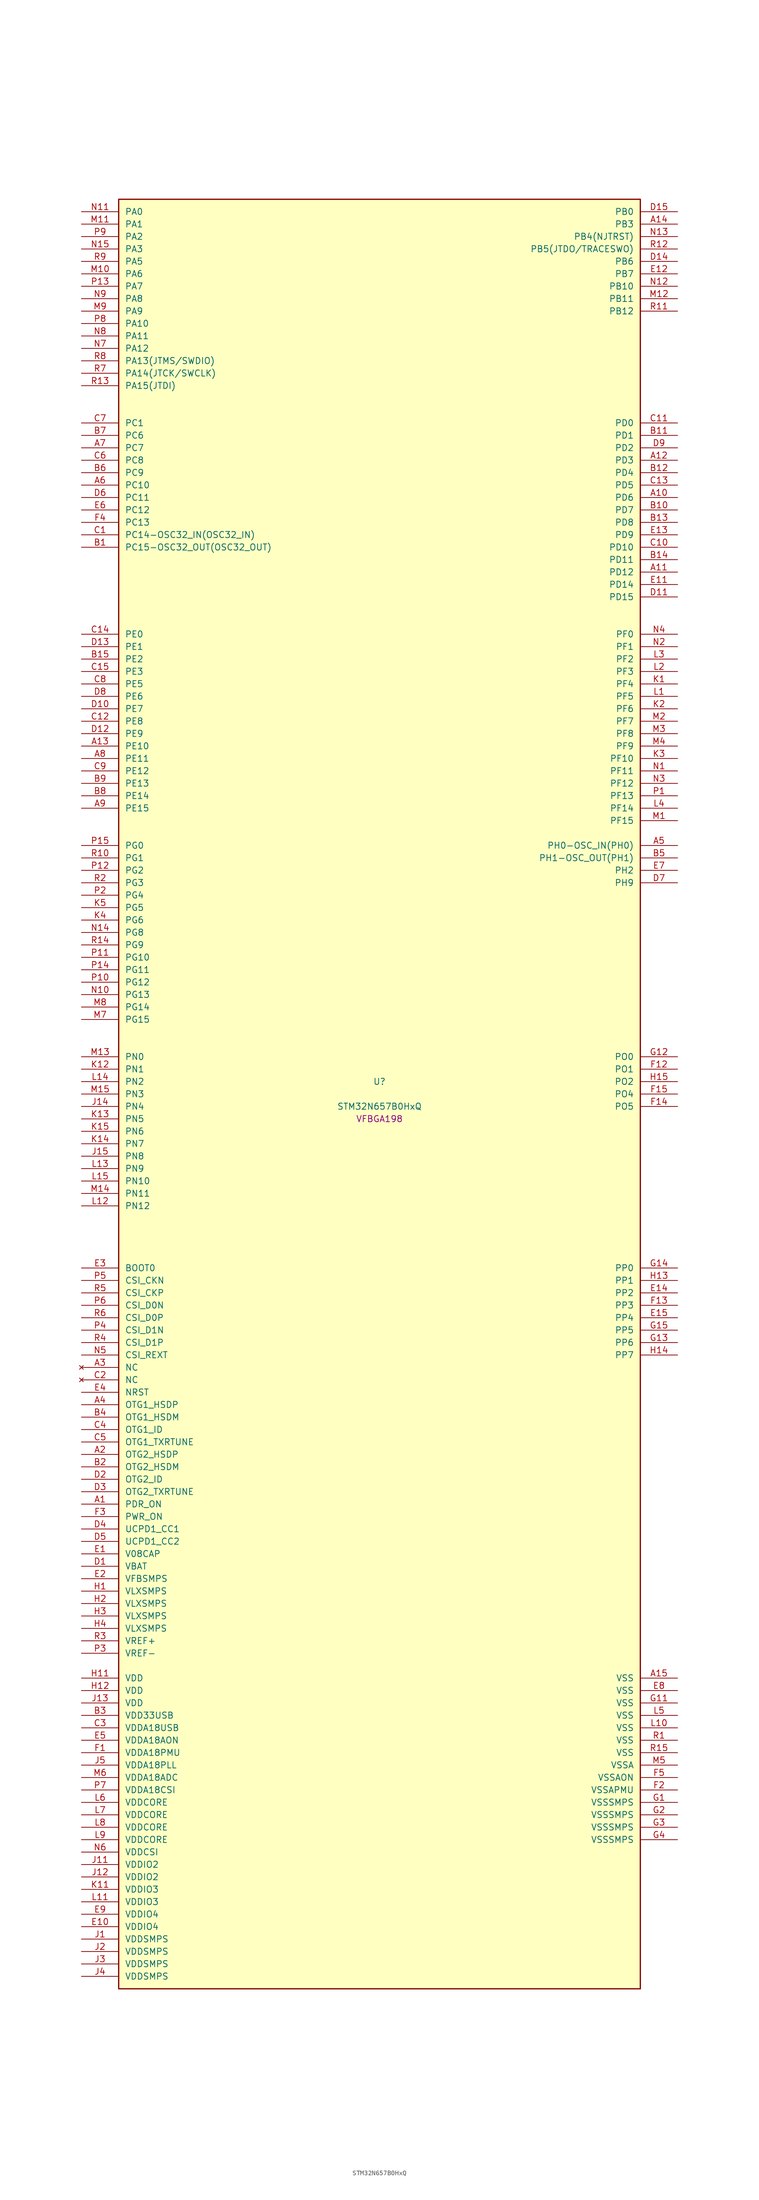
<source format=kicad_sym>
(kicad_symbol_lib
  (version 20241209)
  (generator "stm32_pkl_generator")
  (generator_version "1.0")
  (symbol "STM32N657B0HxQ"
    (pin_names
      (offset 1.27))
    (property "Reference" "U"
      (at 0 2.54 0))
    (property "Value" "STM32N657B0HxQ"
      (at 0 -2.54 0))
    (property "Footprint" "VFBGA198"
      (at 0 -5.08 0))
    (symbol "STM32N657B0HxQ_1_1"
      (rectangle (start -53.34 182.88) (end 53.34 -182.88) (stroke (width 0.254) (type solid)) (fill (type background)))
      (pin bidirectional line (at -60.96 180.34 0) (length 7.62) (name "PA0") (number "N11") (alternate "PA0/ADC1_INN1" bidirectional line) (alternate "PA0/ADC1_INP0" bidirectional line) (alternate "PA0/ADC2_INN1" bidirectional line) (alternate "PA0/ADC2_INP0" bidirectional line) (alternate "PA0/FMC_D7" bidirectional line) (alternate "PA0/FMC_DA7" bidirectional line) (alternate "PA0/HDP_HDP0" bidirectional line) (alternate "PA0/I2S6_WS" bidirectional line) (alternate "PA0/LTDC_G3" bidirectional line) (alternate "PA0/PWR_WKUP1" bidirectional line) (alternate "PA0/SAI2_SD_B" bidirectional line) (alternate "PA0/SPI6_NSS" bidirectional line) (alternate "PA0/TIM15_BKIN" bidirectional line) (alternate "PA0/TIM2_CH1" bidirectional line) (alternate "PA0/TIM5_CH1" bidirectional line) (alternate "PA0/TIM9_CH1" bidirectional line) (alternate "PA0/UART4_TX" bidirectional line) (alternate "PA0/USART2_CTS" bidirectional line) (alternate "PA0/USART2_NSS" bidirectional line))
      (pin bidirectional line (at -60.96 177.8 0) (length 7.62) (name "PA1") (number "M11") (alternate "PA1/ADC1_INP1" bidirectional line) (alternate "PA1/ADC2_INP1" bidirectional line) (alternate "PA1/DCMIPP_D0" bidirectional line) (alternate "PA1/DCMI_D0" bidirectional line) (alternate "PA1/FMC_D6" bidirectional line) (alternate "PA1/FMC_DA6" bidirectional line) (alternate "PA1/HDP_HDP1" bidirectional line) (alternate "PA1/LPTIM3_IN1" bidirectional line) (alternate "PA1/LTDC_G2" bidirectional line) (alternate "PA1/PSSI_D0" bidirectional line) (alternate "PA1/SAI2_MCLK_B" bidirectional line) (alternate "PA1/TIM15_CH1N" bidirectional line) (alternate "PA1/TIM2_CH2" bidirectional line) (alternate "PA1/TIM5_CH2" bidirectional line) (alternate "PA1/UART4_RX" bidirectional line) (alternate "PA1/USART2_RTS" bidirectional line))
      (pin bidirectional line (at -60.96 175.26 0) (length 7.62) (name "PA2") (number "P9") (alternate "PA2/ADC1_INP14" bidirectional line) (alternate "PA2/ADC2_INP14" bidirectional line) (alternate "PA2/FMC_D5" bidirectional line) (alternate "PA2/FMC_DA5" bidirectional line) (alternate "PA2/HDP_HDP2" bidirectional line) (alternate "PA2/LPTIM3_IN2" bidirectional line) (alternate "PA2/LTDC_B7" bidirectional line) (alternate "PA2/MDIOS_MDIO" bidirectional line) (alternate "PA2/PWR_WKUP2" bidirectional line) (alternate "PA2/SAI2_SCK_B" bidirectional line) (alternate "PA2/TIM15_CH1" bidirectional line) (alternate "PA2/TIM2_CH3" bidirectional line) (alternate "PA2/TIM5_CH3" bidirectional line) (alternate "PA2/USART2_TX" bidirectional line))
      (pin bidirectional line (at -60.96 172.72 0) (length 7.62) (name "PA3") (number "N15") (alternate "PA3/FMC_A17" bidirectional line) (alternate "PA3/FMC_ALE" bidirectional line) (alternate "PA3/SAI1_SD_B" bidirectional line) (alternate "PA3/SPI5_NSS" bidirectional line) (alternate "PA3/TIM16_CH1" bidirectional line) (alternate "PA3/UART7_RX" bidirectional line))
      (pin bidirectional line (at -60.96 170.18 0) (length 7.62) (name "PA5") (number "R9") (alternate "PA5/ADC2_INP18" bidirectional line) (alternate "PA5/DCMIPP_D8" bidirectional line) (alternate "PA5/DCMI_D8" bidirectional line) (alternate "PA5/FMC_NOE" bidirectional line) (alternate "PA5/HDP_HDP5" bidirectional line) (alternate "PA5/I2S1_CK" bidirectional line) (alternate "PA5/I2S6_CK" bidirectional line) (alternate "PA5/I3C1_SCL" bidirectional line) (alternate "PA5/LTDC_CLK" bidirectional line) (alternate "PA5/PSSI_D8" bidirectional line) (alternate "PA5/PWR_CSTOP" bidirectional line) (alternate "PA5/SPI1_SCK" bidirectional line) (alternate "PA5/SPI6_SCK" bidirectional line) (alternate "PA5/TIM10_CH1" bidirectional line) (alternate "PA5/TIM2_CH1" bidirectional line) (alternate "PA5/TIM2_ETR" bidirectional line) (alternate "PA5/TIM9_CH2" bidirectional line))
      (pin bidirectional line (at -60.96 167.64 0) (length 7.62) (name "PA6") (number "M10") (alternate "PA6/ADC1_INP3" bidirectional line) (alternate "PA6/ADC2_INP3" bidirectional line) (alternate "PA6/BOOT1" bidirectional line) (alternate "PA6/DCMIPP_PIXCLK" bidirectional line) (alternate "PA6/DCMI_PIXCLK" bidirectional line) (alternate "PA6/HDP_HDP6" bidirectional line) (alternate "PA6/I2S1_SDI" bidirectional line) (alternate "PA6/I2S6_SDI" bidirectional line) (alternate "PA6/I3C1_SDA" bidirectional line) (alternate "PA6/LPTIM3_ETR" bidirectional line) (alternate "PA6/LTDC_B7" bidirectional line) (alternate "PA6/LTDC_HSYNC" bidirectional line) (alternate "PA6/MDIOS_MDC" bidirectional line) (alternate "PA6/PSSI_PDCK" bidirectional line) (alternate "PA6/SPI1_MISO" bidirectional line) (alternate "PA6/SPI6_MISO" bidirectional line) (alternate "PA6/TIM13_CH1" bidirectional line) (alternate "PA6/TIM1_BKIN" bidirectional line) (alternate "PA6/TIM3_CH1" bidirectional line))
      (pin bidirectional line (at -60.96 165.1 0) (length 7.62) (name "PA7") (number "P13") (alternate "PA7/HDP_HDP7" bidirectional line) (alternate "PA7/I2S1_SDO" bidirectional line) (alternate "PA7/I2S6_SDO" bidirectional line) (alternate "PA7/LTDC_B1" bidirectional line) (alternate "PA7/LTDC_R4" bidirectional line) (alternate "PA7/SPI1_MOSI" bidirectional line) (alternate "PA7/SPI6_MOSI" bidirectional line) (alternate "PA7/TIM14_CH1" bidirectional line) (alternate "PA7/TIM1_CH1N" bidirectional line) (alternate "PA7/TIM3_CH2" bidirectional line) (alternate "PA7/USART1_RX" bidirectional line))
      (pin bidirectional line (at -60.96 162.56 0) (length 7.62) (name "PA8") (number "N9") (alternate "PA8/ADC1_INP5" bidirectional line) (alternate "PA8/ADC2_INP5" bidirectional line) (alternate "PA8/FMC_D4" bidirectional line) (alternate "PA8/FMC_DA4" bidirectional line) (alternate "PA8/HDP_HDP0" bidirectional line) (alternate "PA8/I2C3_SCL" bidirectional line) (alternate "PA8/I3C2_SCL" bidirectional line) (alternate "PA8/LTDC_B6" bidirectional line) (alternate "PA8/RCC_MCO_1" bidirectional line) (alternate "PA8/TIM11_CH1" bidirectional line) (alternate "PA8/TIM1_CH1" bidirectional line) (alternate "PA8/UART7_RX" bidirectional line) (alternate "PA8/USART1_CK" bidirectional line))
      (pin bidirectional line (at -60.96 160.02 0) (length 7.62) (name "PA9") (number "M9") (alternate "PA9/ADC1_INP10" bidirectional line) (alternate "PA9/ADC2_INP10" bidirectional line) (alternate "PA9/DCMIPP_D0" bidirectional line) (alternate "PA9/DCMI_D0" bidirectional line) (alternate "PA9/FMC_D3" bidirectional line) (alternate "PA9/FMC_DA3" bidirectional line) (alternate "PA9/HDP_HDP1" bidirectional line) (alternate "PA9/I2C3_SDA" bidirectional line) (alternate "PA9/I2S2_CK" bidirectional line) (alternate "PA9/I3C2_SDA" bidirectional line) (alternate "PA9/LPUART1_TX" bidirectional line) (alternate "PA9/LTDC_B5" bidirectional line) (alternate "PA9/PSSI_D0" bidirectional line) (alternate "PA9/SPI2_SCK" bidirectional line) (alternate "PA9/TIM1_CH2" bidirectional line) (alternate "PA9/USART1_TX" bidirectional line))
      (pin bidirectional line (at -60.96 157.48 0) (length 7.62) (name "PA10") (number "P8") (alternate "PA10/ADC1_INN10" bidirectional line) (alternate "PA10/ADC1_INP11" bidirectional line) (alternate "PA10/ADC2_INN10" bidirectional line) (alternate "PA10/ADC2_INP11" bidirectional line) (alternate "PA10/DCMIPP_D1" bidirectional line) (alternate "PA10/DCMI_D1" bidirectional line) (alternate "PA10/FMC_D2" bidirectional line) (alternate "PA10/FMC_DA2" bidirectional line) (alternate "PA10/HDP_HDP2" bidirectional line) (alternate "PA10/LPUART1_RX" bidirectional line) (alternate "PA10/LTDC_B4" bidirectional line) (alternate "PA10/MDIOS_MDIO" bidirectional line) (alternate "PA10/PSSI_D1" bidirectional line) (alternate "PA10/PWR_CSLEEP" bidirectional line) (alternate "PA10/TIM1_CH3" bidirectional line) (alternate "PA10/USART1_RX" bidirectional line))
      (pin bidirectional line (at -60.96 154.94 0) (length 7.62) (name "PA11") (number "N8") (alternate "PA11/ADC1_EXTI11" bidirectional line) (alternate "PA11/ADC1_INN11" bidirectional line) (alternate "PA11/ADC1_INP12" bidirectional line) (alternate "PA11/ADC2_EXTI11" bidirectional line) (alternate "PA11/ADC2_INN11" bidirectional line) (alternate "PA11/ADC2_INP12" bidirectional line) (alternate "PA11/FDCAN1_RX" bidirectional line) (alternate "PA11/FMC_D1" bidirectional line) (alternate "PA11/FMC_DA1" bidirectional line) (alternate "PA11/HDP_HDP3" bidirectional line) (alternate "PA11/I2S2_WS" bidirectional line) (alternate "PA11/LPUART1_CTS" bidirectional line) (alternate "PA11/LTDC_B3" bidirectional line) (alternate "PA11/SPI2_NSS" bidirectional line) (alternate "PA11/TIM1_CH4" bidirectional line) (alternate "PA11/UART4_RX" bidirectional line) (alternate "PA11/USART1_CTS" bidirectional line) (alternate "PA11/USART1_NSS" bidirectional line))
      (pin bidirectional line (at -60.96 152.4 0) (length 7.62) (name "PA12") (number "N7") (alternate "PA12/ADC1_INN12" bidirectional line) (alternate "PA12/ADC1_INP13" bidirectional line) (alternate "PA12/ADC2_INN12" bidirectional line) (alternate "PA12/ADC2_INP13" bidirectional line) (alternate "PA12/FDCAN1_TX" bidirectional line) (alternate "PA12/FMC_D0" bidirectional line) (alternate "PA12/FMC_DA0" bidirectional line) (alternate "PA12/HDP_HDP4" bidirectional line) (alternate "PA12/I2S2_CK" bidirectional line) (alternate "PA12/LPUART1_RTS" bidirectional line) (alternate "PA12/LTDC_B2" bidirectional line) (alternate "PA12/SAI2_FS_B" bidirectional line) (alternate "PA12/SPI2_SCK" bidirectional line) (alternate "PA12/TIM1_ETR" bidirectional line) (alternate "PA12/UART4_TX" bidirectional line) (alternate "PA12/USART1_RTS" bidirectional line))
      (pin bidirectional line (at -60.96 149.86 0) (length 7.62) (name "PA13(JTMS/SWDIO)") (number "R8") (alternate "PA13(JTMS/SWDIO)/DEBUG_JTMS-SWDIO" bidirectional line) (alternate "PA13(JTMS/SWDIO)/HDP_HDP5" bidirectional line))
      (pin bidirectional line (at -60.96 147.32 0) (length 7.62) (name "PA14(JTCK/SWCLK)") (number "R7") (alternate "PA14(JTCK/SWCLK)/DEBUG_JTCK-SWCLK" bidirectional line) (alternate "PA14(JTCK/SWCLK)/HDP_HDP6" bidirectional line))
      (pin bidirectional line (at -60.96 144.78 0) (length 7.62) (name "PA15(JTDI)") (number "R13") (alternate "PA15(JTDI)/ADC1_EXTI15" bidirectional line) (alternate "PA15(JTDI)/ADC2_EXTI15" bidirectional line) (alternate "PA15(JTDI)/DEBUG_JTDI" bidirectional line) (alternate "PA15(JTDI)/FMC_D15" bidirectional line) (alternate "PA15(JTDI)/FMC_DA15" bidirectional line) (alternate "PA15(JTDI)/HDP_HDP7" bidirectional line) (alternate "PA15(JTDI)/I2S1_WS" bidirectional line) (alternate "PA15(JTDI)/I2S3_WS" bidirectional line) (alternate "PA15(JTDI)/I2S6_WS" bidirectional line) (alternate "PA15(JTDI)/LTDC_R5" bidirectional line) (alternate "PA15(JTDI)/SPI1_NSS" bidirectional line) (alternate "PA15(JTDI)/SPI3_NSS" bidirectional line) (alternate "PA15(JTDI)/SPI6_NSS" bidirectional line) (alternate "PA15(JTDI)/TIM2_CH1" bidirectional line) (alternate "PA15(JTDI)/TIM2_ETR" bidirectional line) (alternate "PA15(JTDI)/UART4_DE" bidirectional line) (alternate "PA15(JTDI)/UART4_RTS" bidirectional line) (alternate "PA15(JTDI)/UART7_TX" bidirectional line))
      (pin bidirectional line (at 60.96 180.34 180) (length 7.62) (name "PB0") (number "D15") (alternate "PB0/ADF1_SDI0" bidirectional line) (alternate "PB0/DCMIPP_D4" bidirectional line) (alternate "PB0/DCMI_D4" bidirectional line) (alternate "PB0/DEBUG_TRACED1" bidirectional line) (alternate "PB0/FMC_D13" bidirectional line) (alternate "PB0/FMC_DA13" bidirectional line) (alternate "PB0/MDF1_SDI2" bidirectional line) (alternate "PB0/PSSI_D4" bidirectional line) (alternate "PB0/SAI1_D2" bidirectional line) (alternate "PB0/SAI1_FS_A" bidirectional line) (alternate "PB0/SPI4_NSS" bidirectional line) (alternate "PB0/TIM15_CH1N" bidirectional line) (alternate "PB0/TIM1_CH4" bidirectional line))
      (pin bidirectional line (at 60.96 177.8 180) (length 7.62) (name "PB3") (number "A14") (alternate "PB3/DEBUG_JTDO-SWO" bidirectional line) (alternate "PB3/DEBUG_TRACECLK" bidirectional line) (alternate "PB3/FMC_A23" bidirectional line) (alternate "PB3/FMC_NBL1" bidirectional line) (alternate "PB3/GFXTIM_FCKCAL" bidirectional line) (alternate "PB3/GFXTIM_LCKCAL" bidirectional line) (alternate "PB3/HDP_HDP0" bidirectional line) (alternate "PB3/MDF1_CKI1" bidirectional line) (alternate "PB3/SAI2_FS_B" bidirectional line) (alternate "PB3/TIM1_CH4N" bidirectional line) (alternate "PB3/USART1_CK" bidirectional line))
      (pin bidirectional line (at 60.96 175.26 180) (length 7.62) (name "PB4(NJTRST)") (number "N13") (alternate "PB4(NJTRST)/DCMIPP_VSYNC" bidirectional line) (alternate "PB4(NJTRST)/DCMI_VSYNC" bidirectional line) (alternate "PB4(NJTRST)/DEBUG_NJTRST" bidirectional line) (alternate "PB4(NJTRST)/FMC_D13" bidirectional line) (alternate "PB4(NJTRST)/FMC_DA13" bidirectional line) (alternate "PB4(NJTRST)/HDP_HDP4" bidirectional line) (alternate "PB4(NJTRST)/I2S1_SDI" bidirectional line) (alternate "PB4(NJTRST)/I2S2_WS" bidirectional line) (alternate "PB4(NJTRST)/I2S3_SDI" bidirectional line) (alternate "PB4(NJTRST)/I2S6_SDI" bidirectional line) (alternate "PB4(NJTRST)/LTDC_R3" bidirectional line) (alternate "PB4(NJTRST)/PSSI_RDY" bidirectional line) (alternate "PB4(NJTRST)/SPI1_MISO" bidirectional line) (alternate "PB4(NJTRST)/SPI2_NSS" bidirectional line) (alternate "PB4(NJTRST)/SPI3_MISO" bidirectional line) (alternate "PB4(NJTRST)/SPI6_MISO" bidirectional line) (alternate "PB4(NJTRST)/TIM16_BKIN" bidirectional line) (alternate "PB4(NJTRST)/TIM3_CH1" bidirectional line) (alternate "PB4(NJTRST)/UART7_TX" bidirectional line))
      (pin bidirectional line (at 60.96 172.72 180) (length 7.62) (name "PB5(JTDO/TRACESWO)") (number "R12") (alternate "PB5(JTDO/TRACESWO)/DCMIPP_D10" bidirectional line) (alternate "PB5(JTDO/TRACESWO)/DCMI_D10" bidirectional line) (alternate "PB5(JTDO/TRACESWO)/DEBUG_JTDO-SWO" bidirectional line) (alternate "PB5(JTDO/TRACESWO)/FDCAN2_RX" bidirectional line) (alternate "PB5(JTDO/TRACESWO)/FMC_D12" bidirectional line) (alternate "PB5(JTDO/TRACESWO)/FMC_DA12" bidirectional line) (alternate "PB5(JTDO/TRACESWO)/HDP_HDP5" bidirectional line) (alternate "PB5(JTDO/TRACESWO)/I2C1_SMBA" bidirectional line) (alternate "PB5(JTDO/TRACESWO)/I2S1_SDO" bidirectional line) (alternate "PB5(JTDO/TRACESWO)/I2S3_SDO" bidirectional line) (alternate "PB5(JTDO/TRACESWO)/I2S6_SDO" bidirectional line) (alternate "PB5(JTDO/TRACESWO)/LTDC_R2" bidirectional line) (alternate "PB5(JTDO/TRACESWO)/PSSI_D10" bidirectional line) (alternate "PB5(JTDO/TRACESWO)/SPI1_MOSI" bidirectional line) (alternate "PB5(JTDO/TRACESWO)/SPI3_MOSI" bidirectional line) (alternate "PB5(JTDO/TRACESWO)/SPI6_MOSI" bidirectional line) (alternate "PB5(JTDO/TRACESWO)/TIM17_BKIN" bidirectional line) (alternate "PB5(JTDO/TRACESWO)/TIM3_CH2" bidirectional line) (alternate "PB5(JTDO/TRACESWO)/UART5_RX" bidirectional line))
      (pin bidirectional line (at 60.96 170.18 180) (length 7.62) (name "PB6") (number "D14") (alternate "PB6/ADF1_CCK1" bidirectional line) (alternate "PB6/DCMIPP_D6" bidirectional line) (alternate "PB6/DCMI_D6" bidirectional line) (alternate "PB6/DEBUG_TRACED2" bidirectional line) (alternate "PB6/FMC_D14" bidirectional line) (alternate "PB6/FMC_DA14" bidirectional line) (alternate "PB6/MDF1_CCK1" bidirectional line) (alternate "PB6/PSSI_D6" bidirectional line) (alternate "PB6/SAI1_CK2" bidirectional line) (alternate "PB6/SAI1_SCK_A" bidirectional line) (alternate "PB6/SPI4_MISO" bidirectional line) (alternate "PB6/TIM15_CH1" bidirectional line))
      (pin bidirectional line (at 60.96 167.64 180) (length 7.62) (name "PB7") (number "E12") (alternate "PB7/ADF1_SDI0" bidirectional line) (alternate "PB7/DCMIPP_D7" bidirectional line) (alternate "PB7/DCMI_D7" bidirectional line) (alternate "PB7/DEBUG_TRACED3" bidirectional line) (alternate "PB7/FMC_D15" bidirectional line) (alternate "PB7/FMC_DA15" bidirectional line) (alternate "PB7/MDF1_SDI1" bidirectional line) (alternate "PB7/PSSI_D7" bidirectional line) (alternate "PB7/SAI1_D1" bidirectional line) (alternate "PB7/SAI1_SD_A" bidirectional line) (alternate "PB7/SAI2_MCLK_B" bidirectional line) (alternate "PB7/SPI4_MOSI" bidirectional line) (alternate "PB7/TIM15_CH2" bidirectional line) (alternate "PB7/TIM1_BKIN2" bidirectional line))
      (pin bidirectional line (at 60.96 165.1 180) (length 7.62) (name "PB10") (number "N12") (alternate "PB10/ADC1_INN4" bidirectional line) (alternate "PB10/ADC1_INP8" bidirectional line) (alternate "PB10/ADC2_INN4" bidirectional line) (alternate "PB10/ADC2_INP8" bidirectional line) (alternate "PB10/FMC_D11" bidirectional line) (alternate "PB10/FMC_DA11" bidirectional line) (alternate "PB10/HDP_HDP2" bidirectional line) (alternate "PB10/I2C2_SCL" bidirectional line) (alternate "PB10/I2S2_CK" bidirectional line) (alternate "PB10/I3C2_SCL" bidirectional line) (alternate "PB10/LPTIM2_IN1" bidirectional line) (alternate "PB10/LTDC_G7" bidirectional line) (alternate "PB10/SPI2_SCK" bidirectional line) (alternate "PB10/TIM2_CH3" bidirectional line) (alternate "PB10/USART3_TX" bidirectional line))
      (pin bidirectional line (at 60.96 162.56 180) (length 7.62) (name "PB11") (number "M12") (alternate "PB11/ADC1_EXTI11" bidirectional line) (alternate "PB11/ADC1_INP4" bidirectional line) (alternate "PB11/ADC2_EXTI11" bidirectional line) (alternate "PB11/ADC2_INP4" bidirectional line) (alternate "PB11/FMC_D10" bidirectional line) (alternate "PB11/FMC_DA10" bidirectional line) (alternate "PB11/HDP_HDP3" bidirectional line) (alternate "PB11/I2C2_SDA" bidirectional line) (alternate "PB11/I3C2_SDA" bidirectional line) (alternate "PB11/LPTIM2_ETR" bidirectional line) (alternate "PB11/LTDC_G6" bidirectional line) (alternate "PB11/TIM2_CH4" bidirectional line) (alternate "PB11/USART3_RX" bidirectional line))
      (pin bidirectional line (at 60.96 160.02 180) (length 7.62) (name "PB12") (number "R11") (alternate "PB12/FDCAN2_RX" bidirectional line) (alternate "PB12/FMC_D9" bidirectional line) (alternate "PB12/FMC_DA9" bidirectional line) (alternate "PB12/HDP_HDP4" bidirectional line) (alternate "PB12/I2C2_SMBA" bidirectional line) (alternate "PB12/I2S2_WS" bidirectional line) (alternate "PB12/LPTIM2_IN2" bidirectional line) (alternate "PB12/LTDC_G5" bidirectional line) (alternate "PB12/SPI2_NSS" bidirectional line) (alternate "PB12/TIM1_BKIN" bidirectional line) (alternate "PB12/UART5_RX" bidirectional line) (alternate "PB12/USART3_CK" bidirectional line))
      (pin bidirectional line (at -60.96 137.16 0) (length 7.62) (name "PC1") (number "C7") (alternate "PC1/DCMIPP_D7" bidirectional line) (alternate "PC1/DCMI_D7" bidirectional line) (alternate "PC1/FDCAN1_TX" bidirectional line) (alternate "PC1/HDP_HDP1" bidirectional line) (alternate "PC1/I2C1_SDA" bidirectional line) (alternate "PC1/I2S2_WS" bidirectional line) (alternate "PC1/I3C1_SDA" bidirectional line) (alternate "PC1/PSSI_D7" bidirectional line) (alternate "PC1/SDMMC1_CDIR" bidirectional line) (alternate "PC1/SDMMC1_D5" bidirectional line) (alternate "PC1/SPI2_NSS" bidirectional line) (alternate "PC1/TIM17_CH1" bidirectional line) (alternate "PC1/TIM4_CH4" bidirectional line) (alternate "PC1/UART4_TX" bidirectional line))
      (pin bidirectional line (at -60.96 134.62 0) (length 7.62) (name "PC6") (number "B7") (alternate "PC6/DCMIPP_D1" bidirectional line) (alternate "PC6/DCMI_D1" bidirectional line) (alternate "PC6/HDP_HDP6" bidirectional line) (alternate "PC6/I2S2_MCK" bidirectional line) (alternate "PC6/PSSI_D1" bidirectional line) (alternate "PC6/SDMMC1_D0DIR" bidirectional line) (alternate "PC6/SDMMC1_D6" bidirectional line) (alternate "PC6/TIM1_CH1" bidirectional line) (alternate "PC6/TIM3_CH1" bidirectional line) (alternate "PC6/TIM9_CH1" bidirectional line) (alternate "PC6/USART6_TX" bidirectional line))
      (pin bidirectional line (at -60.96 132.08 0) (length 7.62) (name "PC7") (number "A7") (alternate "PC7/DCMIPP_D1" bidirectional line) (alternate "PC7/DCMI_D1" bidirectional line) (alternate "PC7/DEBUG_TRGIO" bidirectional line) (alternate "PC7/HDP_HDP7" bidirectional line) (alternate "PC7/I2S3_MCK" bidirectional line) (alternate "PC7/PSSI_D1" bidirectional line) (alternate "PC7/SDMMC1_D123DIR" bidirectional line) (alternate "PC7/SDMMC1_D7" bidirectional line) (alternate "PC7/TIM16_CH1N" bidirectional line) (alternate "PC7/TIM3_CH2" bidirectional line) (alternate "PC7/TIM9_CH2" bidirectional line) (alternate "PC7/USART6_RX" bidirectional line))
      (pin bidirectional line (at -60.96 129.54 0) (length 7.62) (name "PC8") (number "C6") (alternate "PC8/DCMIPP_D2" bidirectional line) (alternate "PC8/DCMI_D2" bidirectional line) (alternate "PC8/DEBUG_TRACED1" bidirectional line) (alternate "PC8/FMC_NE4" bidirectional line) (alternate "PC8/HDP_HDP0" bidirectional line) (alternate "PC8/I2C3_SMBA" bidirectional line) (alternate "PC8/LTDC_B0" bidirectional line) (alternate "PC8/PSSI_D2" bidirectional line) (alternate "PC8/SDMMC1_D0" bidirectional line) (alternate "PC8/TIM3_CH3" bidirectional line) (alternate "PC8/UART5_DE" bidirectional line) (alternate "PC8/UART5_RTS" bidirectional line) (alternate "PC8/UCPD1_FRSTX1" bidirectional line) (alternate "PC8/USART6_CK" bidirectional line))
      (pin bidirectional line (at -60.96 127 0) (length 7.62) (name "PC9") (number "B6") (alternate "PC9/AUDIOCLK" bidirectional line) (alternate "PC9/DCMIPP_D3" bidirectional line) (alternate "PC9/DCMI_D3" bidirectional line) (alternate "PC9/HDP_HDP1" bidirectional line) (alternate "PC9/I2C3_SDA" bidirectional line) (alternate "PC9/LTDC_B3" bidirectional line) (alternate "PC9/PSSI_D3" bidirectional line) (alternate "PC9/RCC_MCO_2" bidirectional line) (alternate "PC9/SDMMC1_D1" bidirectional line) (alternate "PC9/TIM3_CH4" bidirectional line) (alternate "PC9/UART5_CTS" bidirectional line) (alternate "PC9/UCPD1_FRSTX2" bidirectional line) (alternate "PC9/USART6_RX" bidirectional line))
      (pin bidirectional line (at -60.96 124.46 0) (length 7.62) (name "PC10") (number "A6") (alternate "PC10/DCMIPP_D14" bidirectional line) (alternate "PC10/FMC_CLK" bidirectional line) (alternate "PC10/HDP_HDP2" bidirectional line) (alternate "PC10/I2C4_SCL" bidirectional line) (alternate "PC10/I2S3_CK" bidirectional line) (alternate "PC10/I3C2_SCL" bidirectional line) (alternate "PC10/PSSI_D14" bidirectional line) (alternate "PC10/SDMMC1_D2" bidirectional line) (alternate "PC10/SPI3_SCK" bidirectional line) (alternate "PC10/TIM1_BKIN" bidirectional line) (alternate "PC10/UART4_TX" bidirectional line) (alternate "PC10/USART3_TX" bidirectional line))
      (pin bidirectional line (at -60.96 121.92 0) (length 7.62) (name "PC11") (number "D6") (alternate "PC11/ADC1_EXTI11" bidirectional line) (alternate "PC11/ADC2_EXTI11" bidirectional line) (alternate "PC11/DCMIPP_D4" bidirectional line) (alternate "PC11/DCMI_D4" bidirectional line) (alternate "PC11/HDP_HDP3" bidirectional line) (alternate "PC11/I2C4_SDA" bidirectional line) (alternate "PC11/I2S3_SDI" bidirectional line) (alternate "PC11/I3C2_SDA" bidirectional line) (alternate "PC11/PSSI_D4" bidirectional line) (alternate "PC11/SDMMC1_D3" bidirectional line) (alternate "PC11/SPI3_MISO" bidirectional line) (alternate "PC11/UART4_RX" bidirectional line) (alternate "PC11/USART3_RX" bidirectional line))
      (pin bidirectional line (at -60.96 119.38 0) (length 7.62) (name "PC12") (number "E6") (alternate "PC12/DCMIPP_D9" bidirectional line) (alternate "PC12/DCMI_D9" bidirectional line) (alternate "PC12/DEBUG_TRACED3" bidirectional line) (alternate "PC12/FMC_NL" bidirectional line) (alternate "PC12/HDP_HDP4" bidirectional line) (alternate "PC12/I2S3_SDO" bidirectional line) (alternate "PC12/I2S6_CK" bidirectional line) (alternate "PC12/PSSI_D9" bidirectional line) (alternate "PC12/SDMMC1_CK" bidirectional line) (alternate "PC12/SPI3_MOSI" bidirectional line) (alternate "PC12/SPI6_SCK" bidirectional line) (alternate "PC12/TIM15_CH1" bidirectional line) (alternate "PC12/TIM1_CH4" bidirectional line) (alternate "PC12/UART5_TX" bidirectional line) (alternate "PC12/USART3_CK" bidirectional line))
      (pin bidirectional line (at -60.96 116.84 0) (length 7.62) (name "PC13") (number "F4") (alternate "PC13/HDP_HDP5" bidirectional line) (alternate "PC13/PWR_WKUP3" bidirectional line) (alternate "PC13/RTC_OUT1" bidirectional line) (alternate "PC13/RTC_TS" bidirectional line) (alternate "PC13/TAMP_IN1" bidirectional line) (alternate "PC13/TAMP_OUT2" bidirectional line))
      (pin bidirectional line (at -60.96 114.3 0) (length 7.62) (name "PC14-OSC32_IN(OSC32_IN)") (number "C1") (alternate "PC14-OSC32_IN(OSC32_IN)/RCC_OSC32_IN" bidirectional line))
      (pin bidirectional line (at -60.96 111.76 0) (length 7.62) (name "PC15-OSC32_OUT(OSC32_OUT)") (number "B1") (alternate "PC15-OSC32_OUT(OSC32_OUT)/ADC1_EXTI15" bidirectional line) (alternate "PC15-OSC32_OUT(OSC32_OUT)/ADC2_EXTI15" bidirectional line) (alternate "PC15-OSC32_OUT(OSC32_OUT)/RCC_OSC32_OUT" bidirectional line))
      (pin bidirectional line (at 60.96 137.16 180) (length 7.62) (name "PD0") (number "C11") (alternate "PD0/DCMIPP_HSYNC" bidirectional line) (alternate "PD0/DCMI_HSYNC" bidirectional line) (alternate "PD0/FDCAN1_RX" bidirectional line) (alternate "PD0/FMC_A6" bidirectional line) (alternate "PD0/FMC_A22" bidirectional line) (alternate "PD0/PSSI_DE" bidirectional line) (alternate "PD0/TIM1_ETR" bidirectional line) (alternate "PD0/UART4_RX" bidirectional line) (alternate "PD0/UART9_CTS" bidirectional line))
      (pin bidirectional line (at 60.96 134.62 180) (length 7.62) (name "PD1") (number "B11") (alternate "PD1/ETH1_MDC" bidirectional line) (alternate "PD1/FDCAN1_TX" bidirectional line) (alternate "PD1/FMC_A7" bidirectional line) (alternate "PD1/FMC_A23" bidirectional line) (alternate "PD1/UART4_TX" bidirectional line))
      (pin bidirectional line (at 60.96 132.08 180) (length 7.62) (name "PD2") (number "D9") (alternate "PD2/ADF1_SDI0" bidirectional line) (alternate "PD2/DEBUG_TRACED0" bidirectional line) (alternate "PD2/FMC_A0" bidirectional line) (alternate "PD2/FMC_A16" bidirectional line) (alternate "PD2/FMC_CLE" bidirectional line) (alternate "PD2/HDP_HDP1" bidirectional line) (alternate "PD2/I2S2_SDO" bidirectional line) (alternate "PD2/MDF1_SDI1" bidirectional line) (alternate "PD2/MDIOS_MDC" bidirectional line) (alternate "PD2/PWR_WKUP4" bidirectional line) (alternate "PD2/SAI1_D1" bidirectional line) (alternate "PD2/SAI1_SD_A" bidirectional line) (alternate "PD2/SPI2_MOSI" bidirectional line) (alternate "PD2/TIM15_CH1N" bidirectional line) (alternate "PD2/TIM1_CH3" bidirectional line))
      (pin bidirectional line (at 60.96 129.54 180) (length 7.62) (name "PD3") (number "A12") (alternate "PD3/DCMIPP_D14" bidirectional line) (alternate "PD3/ETH1_PHY_INTN" bidirectional line) (alternate "PD3/FMC_A10" bidirectional line) (alternate "PD3/I2C2_SMBA" bidirectional line) (alternate "PD3/PSSI_D14" bidirectional line) (alternate "PD3/USART6_CTS" bidirectional line))
      (pin bidirectional line (at 60.96 127 180) (length 7.62) (name "PD4") (number "B12") (alternate "PD4/DCMIPP_D9" bidirectional line) (alternate "PD4/DCMI_D9" bidirectional line) (alternate "PD4/FMC_A11" bidirectional line) (alternate "PD4/I2C2_SDA" bidirectional line) (alternate "PD4/PSSI_D9" bidirectional line) (alternate "PD4/SPI5_MISO" bidirectional line) (alternate "PD4/TAMP_IN7" bidirectional line) (alternate "PD4/TAMP_OUT8" bidirectional line) (alternate "PD4/TIM1_BKIN2" bidirectional line) (alternate "PD4/USART6_RTS" bidirectional line))
      (pin bidirectional line (at 60.96 124.46 180) (length 7.62) (name "PD5") (number "C13") (alternate "PD5/DCMIPP_PIXCLK" bidirectional line) (alternate "PD5/DCMI_PIXCLK" bidirectional line) (alternate "PD5/FMC_D6" bidirectional line) (alternate "PD5/FMC_DA6" bidirectional line) (alternate "PD5/PSSI_PDCK" bidirectional line) (alternate "PD5/TIM1_CH4N" bidirectional line) (alternate "PD5/USART2_TX" bidirectional line))
      (pin bidirectional line (at 60.96 121.92 180) (length 7.62) (name "PD6") (number "A10") (alternate "PD6/FMC_A1" bidirectional line) (alternate "PD6/FMC_A17" bidirectional line) (alternate "PD6/FMC_ALE" bidirectional line) (alternate "PD6/HDP_HDP2" bidirectional line) (alternate "PD6/I2S2_SDI" bidirectional line) (alternate "PD6/SPI2_MISO" bidirectional line) (alternate "PD6/TIM15_CH2" bidirectional line) (alternate "PD6/TIM1_CH1" bidirectional line))
      (pin bidirectional line (at 60.96 119.38 180) (length 7.62) (name "PD7") (number "B10") (alternate "PD7/DCMIPP_D0" bidirectional line) (alternate "PD7/DCMI_D0" bidirectional line) (alternate "PD7/FMC_A2" bidirectional line) (alternate "PD7/FMC_A18" bidirectional line) (alternate "PD7/HDP_HDP3" bidirectional line) (alternate "PD7/I2S2_SDO" bidirectional line) (alternate "PD7/I2S3_WS" bidirectional line) (alternate "PD7/PSSI_D0" bidirectional line) (alternate "PD7/SPI2_MOSI" bidirectional line) (alternate "PD7/SPI3_NSS" bidirectional line) (alternate "PD7/TIM15_CH1N" bidirectional line) (alternate "PD7/TIM1_CH2" bidirectional line))
      (pin bidirectional line (at 60.96 116.84 180) (length 7.62) (name "PD8") (number "B13") (alternate "PD8/DCMIPP_D11" bidirectional line) (alternate "PD8/DCMI_D11" bidirectional line) (alternate "PD8/FMC_NBL0" bidirectional line) (alternate "PD8/LTDC_R7" bidirectional line) (alternate "PD8/PSSI_D11" bidirectional line) (alternate "PD8/TAMP_IN3" bidirectional line) (alternate "PD8/TAMP_OUT4" bidirectional line) (alternate "PD8/USART3_TX" bidirectional line))
      (pin bidirectional line (at 60.96 114.3 180) (length 7.62) (name "PD9") (number "E13") (alternate "PD9/DCMIPP_D11" bidirectional line) (alternate "PD9/DCMI_D11" bidirectional line) (alternate "PD9/FMC_SDCLK" bidirectional line) (alternate "PD9/LTDC_R1" bidirectional line) (alternate "PD9/PSSI_D11" bidirectional line) (alternate "PD9/TAMP_IN5" bidirectional line) (alternate "PD9/TAMP_OUT6" bidirectional line) (alternate "PD9/USART3_RX" bidirectional line))
      (pin bidirectional line (at 60.96 111.76 180) (length 7.62) (name "PD10") (number "C10") (alternate "PD10/DEBUG_TRACECLK" bidirectional line) (alternate "PD10/FMC_A3" bidirectional line) (alternate "PD10/FMC_A19" bidirectional line) (alternate "PD10/GFXTIM_TE" bidirectional line) (alternate "PD10/HDP_HDP4" bidirectional line) (alternate "PD10/I2S1_MCK" bidirectional line) (alternate "PD10/MDF1_CKI3" bidirectional line) (alternate "PD10/SAI2_FS_B" bidirectional line) (alternate "PD10/TIM1_ETR" bidirectional line) (alternate "PD10/UCPD1_FRSTX1" bidirectional line))
      (pin bidirectional line (at 60.96 109.22 180) (length 7.62) (name "PD11") (number "B14") (alternate "PD11/ADC1_EXTI11" bidirectional line) (alternate "PD11/ADC2_EXTI11" bidirectional line) (alternate "PD11/DCMIPP_D15" bidirectional line) (alternate "PD11/FMC_D8" bidirectional line) (alternate "PD11/FMC_DA8" bidirectional line) (alternate "PD11/I2C4_SDA" bidirectional line) (alternate "PD11/I2S2_SDI" bidirectional line) (alternate "PD11/PSSI_D15" bidirectional line) (alternate "PD11/SDMMC1_D0" bidirectional line) (alternate "PD11/SPI2_MISO" bidirectional line) (alternate "PD11/UCPD1_FRSTX1" bidirectional line))
      (pin bidirectional line (at 60.96 106.68 180) (length 7.62) (name "PD12") (number "A11") (alternate "PD12/DCMIPP_D12" bidirectional line) (alternate "PD12/DCMI_D12" bidirectional line) (alternate "PD12/ETH1_MDIO" bidirectional line) (alternate "PD12/FMC_A5" bidirectional line) (alternate "PD12/FMC_A21" bidirectional line) (alternate "PD12/HDP_HDP5" bidirectional line) (alternate "PD12/MDF1_SDI3" bidirectional line) (alternate "PD12/PSSI_D12" bidirectional line) (alternate "PD12/SAI1_D3" bidirectional line) (alternate "PD12/UCPD1_FRSTX2" bidirectional line))
      (pin bidirectional line (at 60.96 104.14 180) (length 7.62) (name "PD14") (number "E11") (alternate "PD14/FMC_A9" bidirectional line) (alternate "PD14/I2C2_SCL" bidirectional line))
      (pin bidirectional line (at 60.96 101.6 180) (length 7.62) (name "PD15") (number "D11") (alternate "PD15/ADC1_EXTI15" bidirectional line) (alternate "PD15/ADC2_EXTI15" bidirectional line) (alternate "PD15/FMC_A8" bidirectional line) (alternate "PD15/I2C2_SDA" bidirectional line) (alternate "PD15/LTDC_R2" bidirectional line))
      (pin bidirectional line (at -60.96 93.98 0) (length 7.62) (name "PE0") (number "C14") (alternate "PE0/DCMIPP_D2" bidirectional line) (alternate "PE0/DCMI_D2" bidirectional line) (alternate "PE0/FMC_D9" bidirectional line) (alternate "PE0/FMC_DA9" bidirectional line) (alternate "PE0/LPTIM1_ETR" bidirectional line) (alternate "PE0/LPTIM2_ETR" bidirectional line) (alternate "PE0/PSSI_D2" bidirectional line) (alternate "PE0/SAI2_MCLK_A" bidirectional line) (alternate "PE0/TAMP_IN6" bidirectional line) (alternate "PE0/TAMP_OUT5" bidirectional line) (alternate "PE0/TIM4_ETR" bidirectional line) (alternate "PE0/UART8_RX" bidirectional line) (alternate "PE0/USART3_RX" bidirectional line))
      (pin bidirectional line (at -60.96 91.44 0) (length 7.62) (name "PE1") (number "D13") (alternate "PE1/DCMIPP_D8" bidirectional line) (alternate "PE1/DCMI_D8" bidirectional line) (alternate "PE1/FMC_D10" bidirectional line) (alternate "PE1/FMC_DA10" bidirectional line) (alternate "PE1/LPTIM1_IN2" bidirectional line) (alternate "PE1/LPTIM2_CH2" bidirectional line) (alternate "PE1/PSSI_D8" bidirectional line) (alternate "PE1/UART8_TX" bidirectional line) (alternate "PE1/USART3_TX" bidirectional line))
      (pin bidirectional line (at -60.96 88.9 0) (length 7.62) (name "PE2") (number "B15") (alternate "PE2/ADF1_CCK0" bidirectional line) (alternate "PE2/DEBUG_TRACECLK" bidirectional line) (alternate "PE2/FMC_D11" bidirectional line) (alternate "PE2/FMC_DA11" bidirectional line) (alternate "PE2/LPTIM5_IN1" bidirectional line) (alternate "PE2/MDF1_CCK0" bidirectional line) (alternate "PE2/SAI1_CK1" bidirectional line) (alternate "PE2/SAI1_MCLK_A" bidirectional line) (alternate "PE2/SPI4_SCK" bidirectional line) (alternate "PE2/TIM1_CH2N" bidirectional line) (alternate "PE2/UCPD1_FRSTX1" bidirectional line))
      (pin bidirectional line (at -60.96 86.36 0) (length 7.62) (name "PE3") (number "C15") (alternate "PE3/DEBUG_TRACED0" bidirectional line) (alternate "PE3/FMC_D12" bidirectional line) (alternate "PE3/FMC_DA12" bidirectional line) (alternate "PE3/LPTIM5_ETR" bidirectional line) (alternate "PE3/MDF1_CKI2" bidirectional line) (alternate "PE3/SAI1_SD_B" bidirectional line) (alternate "PE3/TIM15_BKIN" bidirectional line))
      (pin bidirectional line (at -60.96 83.82 0) (length 7.62) (name "PE5") (number "C8") (alternate "PE5/DCMIPP_D5" bidirectional line) (alternate "PE5/DCMI_D5" bidirectional line) (alternate "PE5/FDCAN2_TX" bidirectional line) (alternate "PE5/FMC_SDNE1" bidirectional line) (alternate "PE5/HDP_HDP6" bidirectional line) (alternate "PE5/I2C1_SCL" bidirectional line) (alternate "PE5/I3C1_SCL" bidirectional line) (alternate "PE5/LPUART1_TX" bidirectional line) (alternate "PE5/PSSI_D5" bidirectional line) (alternate "PE5/TIM16_CH1N" bidirectional line) (alternate "PE5/TIM4_CH1" bidirectional line) (alternate "PE5/UART5_TX" bidirectional line) (alternate "PE5/USART1_TX" bidirectional line))
      (pin bidirectional line (at -60.96 81.28 0) (length 7.62) (name "PE6") (number "D8") (alternate "PE6/DCMIPP_D1" bidirectional line) (alternate "PE6/DCMIPP_VSYNC" bidirectional line) (alternate "PE6/DCMI_D1" bidirectional line) (alternate "PE6/DCMI_VSYNC" bidirectional line) (alternate "PE6/FMC_SDCKE1" bidirectional line) (alternate "PE6/HDP_HDP7" bidirectional line) (alternate "PE6/I2C1_SDA" bidirectional line) (alternate "PE6/I3C1_SDA" bidirectional line) (alternate "PE6/LPUART1_RX" bidirectional line) (alternate "PE6/PSSI_D1" bidirectional line) (alternate "PE6/PSSI_RDY" bidirectional line) (alternate "PE6/TIM17_CH1N" bidirectional line) (alternate "PE6/TIM4_CH2" bidirectional line) (alternate "PE6/UART5_TX" bidirectional line) (alternate "PE6/USART1_RX" bidirectional line))
      (pin bidirectional line (at -60.96 78.74 0) (length 7.62) (name "PE7") (number "D10") (alternate "PE7/FMC_A4" bidirectional line) (alternate "PE7/FMC_A20" bidirectional line) (alternate "PE7/MDF1_CKI0" bidirectional line) (alternate "PE7/SAI2_SD_B" bidirectional line) (alternate "PE7/TIM1_ETR" bidirectional line) (alternate "PE7/UART7_RX" bidirectional line))
      (pin bidirectional line (at -60.96 76.2 0) (length 7.62) (name "PE8") (number "C12") (alternate "PE8/DCMIPP_D4" bidirectional line) (alternate "PE8/DCMI_D4" bidirectional line) (alternate "PE8/FMC_A12" bidirectional line) (alternate "PE8/MDF1_SDI0" bidirectional line) (alternate "PE8/PSSI_D4" bidirectional line) (alternate "PE8/TIM1_CH1N" bidirectional line) (alternate "PE8/UART7_TX" bidirectional line) (alternate "PE8/USART3_TX" bidirectional line))
      (pin bidirectional line (at -60.96 73.66 0) (length 7.62) (name "PE9") (number "D12") (alternate "PE9/FMC_A14" bidirectional line) (alternate "PE9/FMC_BA0" bidirectional line) (alternate "PE9/MDF1_CKI4" bidirectional line) (alternate "PE9/TIM1_CH1" bidirectional line) (alternate "PE9/UART7_RTS" bidirectional line))
      (pin bidirectional line (at -60.96 71.12 0) (length 7.62) (name "PE10") (number "A13") (alternate "PE10/DCMIPP_D3" bidirectional line) (alternate "PE10/DCMI_D3" bidirectional line) (alternate "PE10/DEBUG_TRACECLK" bidirectional line) (alternate "PE10/FMC_A15" bidirectional line) (alternate "PE10/FMC_BA1" bidirectional line) (alternate "PE10/MDF1_SDI4" bidirectional line) (alternate "PE10/PSSI_D3" bidirectional line) (alternate "PE10/TIM1_CH2N" bidirectional line) (alternate "PE10/UART7_CTS" bidirectional line) (alternate "PE10/USART3_RX" bidirectional line))
      (pin bidirectional line (at -60.96 68.58 0) (length 7.62) (name "PE11") (number "A8") (alternate "PE11/ADC1_EXTI11" bidirectional line) (alternate "PE11/ADC2_EXTI11" bidirectional line) (alternate "PE11/FDCAN3_TX" bidirectional line) (alternate "PE11/FMC_SDNWE" bidirectional line) (alternate "PE11/LTDC_VSYNC" bidirectional line) (alternate "PE11/MDF1_CKI5" bidirectional line) (alternate "PE11/SAI2_SD_B" bidirectional line) (alternate "PE11/SPI4_NSS" bidirectional line) (alternate "PE11/TIM1_CH2" bidirectional line))
      (pin bidirectional line (at -60.96 66.04 0) (length 7.62) (name "PE12") (number "C9") (alternate "PE12/FDCAN3_RX" bidirectional line) (alternate "PE12/FMC_SDNRAS" bidirectional line) (alternate "PE12/MDF1_SDI5" bidirectional line) (alternate "PE12/SAI2_SCK_B" bidirectional line) (alternate "PE12/SPI4_SCK" bidirectional line) (alternate "PE12/TIM1_CH3N" bidirectional line))
      (pin bidirectional line (at -60.96 63.5 0) (length 7.62) (name "PE13") (number "B9") (alternate "PE13/ADF1_CCK0" bidirectional line) (alternate "PE13/FMC_SDNCAS" bidirectional line) (alternate "PE13/I2C4_SCL" bidirectional line) (alternate "PE13/SAI2_FS_B" bidirectional line) (alternate "PE13/SPI4_MISO" bidirectional line) (alternate "PE13/TIM1_CH3" bidirectional line))
      (pin bidirectional line (at -60.96 60.96 0) (length 7.62) (name "PE14") (number "B8") (alternate "PE14/ADF1_CCK1" bidirectional line) (alternate "PE14/FMC_NWE" bidirectional line) (alternate "PE14/FMC_SDNE0" bidirectional line) (alternate "PE14/GFXTIM_FCKCAL" bidirectional line) (alternate "PE14/GFXTIM_LCKCAL" bidirectional line) (alternate "PE14/I2C4_SDA" bidirectional line) (alternate "PE14/SAI2_MCLK_B" bidirectional line) (alternate "PE14/SPI4_MOSI" bidirectional line) (alternate "PE14/TIM1_CH4" bidirectional line))
      (pin bidirectional line (at -60.96 58.42 0) (length 7.62) (name "PE15") (number "A9") (alternate "PE15/ADC1_EXTI15" bidirectional line) (alternate "PE15/ADC2_EXTI15" bidirectional line) (alternate "PE15/FMC_SDCKE0" bidirectional line) (alternate "PE15/GFXTIM_FCKCAL" bidirectional line) (alternate "PE15/GFXTIM_LCKCAL" bidirectional line) (alternate "PE15/I2C4_SMBA" bidirectional line) (alternate "PE15/SDMMC1_D0" bidirectional line) (alternate "PE15/SPI5_SCK" bidirectional line) (alternate "PE15/TIM1_BKIN" bidirectional line) (alternate "PE15/USART2_CK" bidirectional line))
      (pin bidirectional line (at 60.96 93.98 180) (length 7.62) (name "PF0") (number "N4") (alternate "PF0/DCMIPP_D9" bidirectional line) (alternate "PF0/DCMI_D9" bidirectional line) (alternate "PF0/ETH1_MII_TX_CLK" bidirectional line) (alternate "PF0/ETH1_RGMII_GTX_CLK" bidirectional line) (alternate "PF0/LPTIM5_OUT" bidirectional line) (alternate "PF0/PSSI_D9" bidirectional line) (alternate "PF0/TIM4_CH4" bidirectional line) (alternate "PF0/UART8_RTS" bidirectional line) (alternate "PF0/UART9_TX" bidirectional line) (alternate "PF0/UCPD1_FRSTX2" bidirectional line))
      (pin bidirectional line (at 60.96 91.44 180) (length 7.62) (name "PF1") (number "N2") (alternate "PF1/DCMIPP_D7" bidirectional line) (alternate "PF1/DCMI_D7" bidirectional line) (alternate "PF1/ETH1_TX_ER" bidirectional line) (alternate "PF1/LPTIM1_CH2" bidirectional line) (alternate "PF1/LPTIM2_CH1" bidirectional line) (alternate "PF1/PSSI_D7" bidirectional line) (alternate "PF1/TIM4_CH3" bidirectional line) (alternate "PF1/UART8_CTS" bidirectional line) (alternate "PF1/UART9_RX" bidirectional line) (alternate "PF1/UCPD1_FRSTX1" bidirectional line))
      (pin bidirectional line (at 60.96 88.9 180) (length 7.62) (name "PF2") (number "L3") (alternate "PF2/ETH1_RGMII_CLK125" bidirectional line) (alternate "PF2/FDCAN3_TX" bidirectional line) (alternate "PF2/FMC_NWAIT" bidirectional line) (alternate "PF2/I2S2_CK" bidirectional line) (alternate "PF2/LTDC_B1" bidirectional line) (alternate "PF2/SPI2_SCK" bidirectional line) (alternate "PF2/TIM1_CH3N" bidirectional line) (alternate "PF2/USART2_CTS" bidirectional line) (alternate "PF2/USART2_NSS" bidirectional line))
      (pin bidirectional line (at 60.96 86.36 180) (length 7.62) (name "PF3") (number "L2") (alternate "PF3/ADC1_INP16" bidirectional line) (alternate "PF3/DCMIPP_HSYNC" bidirectional line) (alternate "PF3/DCMI_HSYNC" bidirectional line) (alternate "PF3/ETH1_PPS_OUT" bidirectional line) (alternate "PF3/FDCAN3_RX" bidirectional line) (alternate "PF3/FMC_NL" bidirectional line) (alternate "PF3/LTDC_R4" bidirectional line) (alternate "PF3/PSSI_DE" bidirectional line) (alternate "PF3/USART2_RTS" bidirectional line))
      (pin bidirectional line (at 60.96 83.82 180) (length 7.62) (name "PF4") (number "K1") (alternate "PF4/ADC1_INP18" bidirectional line) (alternate "PF4/DCMIPP_HSYNC" bidirectional line) (alternate "PF4/DCMI_HSYNC" bidirectional line) (alternate "PF4/ETH1_MDIO" bidirectional line) (alternate "PF4/HDP_HDP4" bidirectional line) (alternate "PF4/I2S1_WS" bidirectional line) (alternate "PF4/I2S3_WS" bidirectional line) (alternate "PF4/I2S6_WS" bidirectional line) (alternate "PF4/LPTIM3_CH2" bidirectional line) (alternate "PF4/LTDC_R3" bidirectional line) (alternate "PF4/PSSI_DE" bidirectional line) (alternate "PF4/SPI1_NSS" bidirectional line) (alternate "PF4/SPI3_NSS" bidirectional line) (alternate "PF4/SPI6_NSS" bidirectional line) (alternate "PF4/TIM5_ETR" bidirectional line) (alternate "PF4/USART2_CK" bidirectional line))
      (pin bidirectional line (at 60.96 81.28 180) (length 7.62) (name "PF5") (number "L1") (alternate "PF5/DCMIPP_D6" bidirectional line) (alternate "PF5/DCMI_D6" bidirectional line) (alternate "PF5/ETH1_CLK" bidirectional line) (alternate "PF5/FMC_NE3" bidirectional line) (alternate "PF5/LPTIM2_IN2" bidirectional line) (alternate "PF5/LTDC_G0" bidirectional line) (alternate "PF5/PSSI_D6" bidirectional line) (alternate "PF5/SAI2_SD_A" bidirectional line) (alternate "PF5/TIM1_ETR" bidirectional line) (alternate "PF5/USART3_CTS" bidirectional line) (alternate "PF5/USART3_NSS" bidirectional line))
      (pin bidirectional line (at 60.96 78.74 180) (length 7.62) (name "PF6") (number "K2") (alternate "PF6/ADC1_INP15" bidirectional line) (alternate "PF6/ADC2_INP15" bidirectional line) (alternate "PF6/ETH1_MII_COL" bidirectional line) (alternate "PF6/GFXTIM_FCKCAL" bidirectional line) (alternate "PF6/GFXTIM_LCKCAL" bidirectional line) (alternate "PF6/HDP_HDP3" bidirectional line) (alternate "PF6/I2S6_MCK" bidirectional line) (alternate "PF6/LPTIM3_CH1" bidirectional line) (alternate "PF6/LTDC_DE" bidirectional line) (alternate "PF6/SPI1_RDY" bidirectional line) (alternate "PF6/SPI4_RDY" bidirectional line) (alternate "PF6/SPI5_RDY" bidirectional line) (alternate "PF6/TIM15_CH2" bidirectional line) (alternate "PF6/TIM1_CH3" bidirectional line) (alternate "PF6/TIM2_CH4" bidirectional line) (alternate "PF6/TIM5_CH4" bidirectional line) (alternate "PF6/USART2_RX" bidirectional line))
      (pin bidirectional line (at 60.96 76.2 180) (length 7.62) (name "PF7") (number "M2") (alternate "PF7/ADC1_INN5" bidirectional line) (alternate "PF7/ADC1_INP9" bidirectional line) (alternate "PF7/ADC2_INN5" bidirectional line) (alternate "PF7/ADC2_INP9" bidirectional line) (alternate "PF7/ETH1_MII_RX_CLK" bidirectional line) (alternate "PF7/ETH1_RGMII_RX_CLK" bidirectional line) (alternate "PF7/ETH1_RMII_REF_CLK" bidirectional line) (alternate "PF7/GFXTIM_TE" bidirectional line) (alternate "PF7/HDP_HDP0" bidirectional line) (alternate "PF7/I2S1_CK" bidirectional line) (alternate "PF7/LTDC_VSYNC" bidirectional line) (alternate "PF7/SPI1_SCK" bidirectional line) (alternate "PF7/TIM1_CH2N" bidirectional line) (alternate "PF7/TIM3_CH3" bidirectional line) (alternate "PF7/TIM9_CH1" bidirectional line) (alternate "PF7/UART4_CTS" bidirectional line))
      (pin bidirectional line (at 60.96 73.66 180) (length 7.62) (name "PF8") (number "M3") (alternate "PF8/DEBUG_TRACECLK" bidirectional line) (alternate "PF8/ETH1_MII_RXD2" bidirectional line) (alternate "PF8/ETH1_RGMII_RXD2" bidirectional line) (alternate "PF8/FMC_NWE" bidirectional line) (alternate "PF8/LTDC_R6" bidirectional line) (alternate "PF8/UART9_TX" bidirectional line))
      (pin bidirectional line (at 60.96 71.12 180) (length 7.62) (name "PF9") (number "M4") (alternate "PF9/DEBUG_TRACED0" bidirectional line) (alternate "PF9/ETH1_MII_RXD3" bidirectional line) (alternate "PF9/ETH1_RGMII_RXD3" bidirectional line) (alternate "PF9/LTDC_HSYNC" bidirectional line))
      (pin bidirectional line (at 60.96 68.58 180) (length 7.62) (name "PF10") (number "K3") (alternate "PF10/DCMIPP_D11" bidirectional line) (alternate "PF10/DCMIPP_D15" bidirectional line) (alternate "PF10/DCMI_D11" bidirectional line) (alternate "PF10/ETH1_MII_RX_DV" bidirectional line) (alternate "PF10/ETH1_RGMII_RX_CTL" bidirectional line) (alternate "PF10/ETH1_RMII_CRS_DV" bidirectional line) (alternate "PF10/LTDC_R1" bidirectional line) (alternate "PF10/MDF1_SDI3" bidirectional line) (alternate "PF10/PSSI_D11" bidirectional line) (alternate "PF10/PSSI_D15" bidirectional line) (alternate "PF10/SAI1_D3" bidirectional line) (alternate "PF10/TIM16_BKIN" bidirectional line) (alternate "PF10/UART7_RX" bidirectional line) (alternate "PF10/UCPD1_FRSTX1" bidirectional line))
      (pin bidirectional line (at 60.96 66.04 180) (length 7.62) (name "PF11") (number "N1") (alternate "PF11/ADC1_EXTI11" bidirectional line) (alternate "PF11/ADC1_INP2" bidirectional line) (alternate "PF11/ADC2_EXTI11" bidirectional line) (alternate "PF11/DCMIPP_D15" bidirectional line) (alternate "PF11/ETH1_MII_TX_EN" bidirectional line) (alternate "PF11/ETH1_RGMII_TX_CTL" bidirectional line) (alternate "PF11/ETH1_RMII_TX_EN" bidirectional line) (alternate "PF11/LTDC_B0" bidirectional line) (alternate "PF11/PSSI_D15" bidirectional line) (alternate "PF11/SAI2_SD_B" bidirectional line) (alternate "PF11/SPI5_MOSI" bidirectional line))
      (pin bidirectional line (at 60.96 63.5 180) (length 7.62) (name "PF12") (number "N3") (alternate "PF12/ADC1_INN2" bidirectional line) (alternate "PF12/ADC1_INP6" bidirectional line) (alternate "PF12/DCMIPP_D13" bidirectional line) (alternate "PF12/DCMI_D13" bidirectional line) (alternate "PF12/ETH1_MII_TXD0" bidirectional line) (alternate "PF12/ETH1_RGMII_TXD0" bidirectional line) (alternate "PF12/ETH1_RMII_TXD0" bidirectional line) (alternate "PF12/PSSI_D13" bidirectional line) (alternate "PF12/SPI5_MISO" bidirectional line) (alternate "PF12/USART1_RX" bidirectional line))
      (pin bidirectional line (at 60.96 60.96 180) (length 7.62) (name "PF13") (number "P1") (alternate "PF13/ADC2_INP2" bidirectional line) (alternate "PF13/DCMIPP_D10" bidirectional line) (alternate "PF13/DCMI_D10" bidirectional line) (alternate "PF13/ETH1_MII_TXD1" bidirectional line) (alternate "PF13/ETH1_RGMII_TXD1" bidirectional line) (alternate "PF13/ETH1_RMII_TXD1" bidirectional line) (alternate "PF13/PSSI_D10" bidirectional line) (alternate "PF13/SPI5_NSS" bidirectional line) (alternate "PF13/USART1_TX" bidirectional line))
      (pin bidirectional line (at 60.96 58.42 180) (length 7.62) (name "PF14") (number "L4") (alternate "PF14/ADC2_INN2" bidirectional line) (alternate "PF14/ADC2_INP6" bidirectional line) (alternate "PF14/ETH1_MII_RXD0" bidirectional line) (alternate "PF14/ETH1_RGMII_RXD0" bidirectional line) (alternate "PF14/ETH1_RMII_RXD0" bidirectional line) (alternate "PF14/LTDC_G0" bidirectional line) (alternate "PF14/SPI5_MOSI" bidirectional line) (alternate "PF14/TIM2_CH2" bidirectional line) (alternate "PF14/USART1_CTS" bidirectional line))
      (pin bidirectional line (at 60.96 55.88 180) (length 7.62) (name "PF15") (number "M1") (alternate "PF15/ADC1_EXTI15" bidirectional line) (alternate "PF15/ADC2_EXTI15" bidirectional line) (alternate "PF15/ETH1_MII_RXD1" bidirectional line) (alternate "PF15/ETH1_RGMII_RXD1" bidirectional line) (alternate "PF15/ETH1_RMII_RXD1" bidirectional line) (alternate "PF15/LTDC_G1" bidirectional line) (alternate "PF15/SPI5_SCK" bidirectional line) (alternate "PF15/USART1_RTS" bidirectional line))
      (pin bidirectional line (at -60.96 50.8 0) (length 7.62) (name "PG0") (number "P15") (alternate "PG0/ETH1_PHY_INTN" bidirectional line) (alternate "PG0/LTDC_R0" bidirectional line) (alternate "PG0/LTDC_VSYNC" bidirectional line) (alternate "PG0/TIM12_CH1" bidirectional line) (alternate "PG0/TIM1_CH4N" bidirectional line) (alternate "PG0/UART9_RX" bidirectional line))
      (pin bidirectional line (at -60.96 48.26 0) (length 7.62) (name "PG1") (number "R10") (alternate "PG1/DCMIPP_PIXCLK" bidirectional line) (alternate "PG1/DCMI_PIXCLK" bidirectional line) (alternate "PG1/FMC_A19" bidirectional line) (alternate "PG1/LTDC_G1" bidirectional line) (alternate "PG1/PSSI_PDCK" bidirectional line) (alternate "PG1/SAI1_SCK_B" bidirectional line) (alternate "PG1/SPI5_MISO" bidirectional line) (alternate "PG1/TIM13_CH1" bidirectional line) (alternate "PG1/TIM16_CH1N" bidirectional line) (alternate "PG1/UART7_RTS" bidirectional line))
      (pin bidirectional line (at -60.96 45.72 0) (length 7.62) (name "PG2") (number "P12") (alternate "PG2/DCMIPP_D6" bidirectional line) (alternate "PG2/DCMI_D6" bidirectional line) (alternate "PG2/FMC_A21" bidirectional line) (alternate "PG2/LTDC_R0" bidirectional line) (alternate "PG2/PSSI_D6" bidirectional line) (alternate "PG2/SAI1_FS_B" bidirectional line) (alternate "PG2/SAI2_MCLK_B" bidirectional line) (alternate "PG2/SPI5_MOSI" bidirectional line) (alternate "PG2/TIM14_CH1" bidirectional line) (alternate "PG2/TIM17_CH1N" bidirectional line) (alternate "PG2/UART7_CTS" bidirectional line) (alternate "PG2/USART3_RTS" bidirectional line))
      (pin bidirectional line (at -60.96 43.18 0) (length 7.62) (name "PG3") (number "R2") (alternate "PG3/DCMIPP_HSYNC" bidirectional line) (alternate "PG3/DCMI_HSYNC" bidirectional line) (alternate "PG3/DEBUG_TRACED1" bidirectional line) (alternate "PG3/ETH1_MII_TXD2" bidirectional line) (alternate "PG3/ETH1_RGMII_TXD2" bidirectional line) (alternate "PG3/PSSI_DE" bidirectional line) (alternate "PG3/USART2_TX" bidirectional line))
      (pin bidirectional line (at -60.96 40.64 0) (length 7.62) (name "PG4") (number "P2") (alternate "PG4/ETH1_MII_TXD3" bidirectional line) (alternate "PG4/ETH1_RGMII_TXD3" bidirectional line) (alternate "PG4/LTDC_B0" bidirectional line) (alternate "PG4/TIM1_BKIN2" bidirectional line))
      (pin bidirectional line (at -60.96 38.1 0) (length 7.62) (name "PG5") (number "K5") (alternate "PG5/ETH1_MII_RX_ER" bidirectional line) (alternate "PG5/LTDC_B1" bidirectional line) (alternate "PG5/TIM1_ETR" bidirectional line) (alternate "PG5/USART2_CTS" bidirectional line) (alternate "PG5/USART2_NSS" bidirectional line))
      (pin bidirectional line (at -60.96 35.56 0) (length 7.62) (name "PG6") (number "K4") (alternate "PG6/DCMIPP_D12" bidirectional line) (alternate "PG6/DCMI_D12" bidirectional line) (alternate "PG6/ETH1_MII_CRS" bidirectional line) (alternate "PG6/LTDC_B3" bidirectional line) (alternate "PG6/PSSI_D12" bidirectional line) (alternate "PG6/TIM17_BKIN" bidirectional line) (alternate "PG6/USART6_CK" bidirectional line))
      (pin bidirectional line (at -60.96 33.02 0) (length 7.62) (name "PG8") (number "N14") (alternate "PG8/FMC_A20" bidirectional line) (alternate "PG8/HDP_HDP7" bidirectional line) (alternate "PG8/I2S2_SDO" bidirectional line) (alternate "PG8/LTDC_G7" bidirectional line) (alternate "PG8/PWR_PVD_IN" bidirectional line) (alternate "PG8/RTC_REFIN" bidirectional line) (alternate "PG8/SAI1_SCK_B" bidirectional line) (alternate "PG8/SPI2_MOSI" bidirectional line) (alternate "PG8/TIM12_CH2" bidirectional line) (alternate "PG8/TIM1_CH3N" bidirectional line) (alternate "PG8/UART4_CTS" bidirectional line) (alternate "PG8/USART1_RX" bidirectional line))
      (pin bidirectional line (at -60.96 30.48 0) (length 7.62) (name "PG9") (number "R14") (alternate "PG9/FMC_D8" bidirectional line) (alternate "PG9/FMC_DA8" bidirectional line) (alternate "PG9/LTDC_R7" bidirectional line))
      (pin bidirectional line (at -60.96 27.94 0) (length 7.62) (name "PG10") (number "P11") (alternate "PG10/DCMIPP_D2" bidirectional line) (alternate "PG10/DCMI_D2" bidirectional line) (alternate "PG10/FDCAN2_TX" bidirectional line) (alternate "PG10/FMC_A16" bidirectional line) (alternate "PG10/FMC_CLE" bidirectional line) (alternate "PG10/HDP_HDP5" bidirectional line) (alternate "PG10/I2S2_CK" bidirectional line) (alternate "PG10/LPTIM2_CH1" bidirectional line) (alternate "PG10/LTDC_G4" bidirectional line) (alternate "PG10/PSSI_D2" bidirectional line) (alternate "PG10/SPI2_SCK" bidirectional line) (alternate "PG10/TIM1_CH1N" bidirectional line) (alternate "PG10/UART5_TX" bidirectional line) (alternate "PG10/USART3_CTS" bidirectional line) (alternate "PG10/USART3_NSS" bidirectional line))
      (pin bidirectional line (at -60.96 25.4 0) (length 7.62) (name "PG11") (number "P14") (alternate "PG11/ADC1_EXTI11" bidirectional line) (alternate "PG11/ADC2_EXTI11" bidirectional line) (alternate "PG11/ETH1_MDC" bidirectional line) (alternate "PG11/LTDC_R6" bidirectional line) (alternate "PG11/UART7_RX" bidirectional line))
      (pin bidirectional line (at -60.96 22.86 0) (length 7.62) (name "PG12") (number "P10") (alternate "PG12/FMC_A18" bidirectional line) (alternate "PG12/LTDC_G0" bidirectional line) (alternate "PG12/SAI1_MCLK_B" bidirectional line) (alternate "PG12/SPI5_SCK" bidirectional line) (alternate "PG12/TIM17_CH1" bidirectional line) (alternate "PG12/UART7_TX" bidirectional line))
      (pin bidirectional line (at -60.96 20.32 0) (length 7.62) (name "PG13") (number "N10") (alternate "PG13/DCMIPP_D12" bidirectional line) (alternate "PG13/DCMI_D12" bidirectional line) (alternate "PG13/FMC_NE1" bidirectional line) (alternate "PG13/LPTIM1_IN1" bidirectional line) (alternate "PG13/LPTIM2_IN1" bidirectional line) (alternate "PG13/LTDC_DE" bidirectional line) (alternate "PG13/PSSI_D12" bidirectional line) (alternate "PG13/SAI2_FS_A" bidirectional line) (alternate "PG13/TIM4_CH1" bidirectional line) (alternate "PG13/USART3_RTS" bidirectional line))
      (pin bidirectional line (at -60.96 17.78 0) (length 7.62) (name "PG14") (number "M8") (alternate "PG14/DCMIPP_D11" bidirectional line) (alternate "PG14/DCMI_D11" bidirectional line) (alternate "PG14/DEBUG_TRACED1" bidirectional line) (alternate "PG14/FMC_NCE" bidirectional line) (alternate "PG14/FMC_NE2" bidirectional line) (alternate "PG14/I2S6_SDO" bidirectional line) (alternate "PG14/LPTIM1_ETR" bidirectional line) (alternate "PG14/LTDC_B1" bidirectional line) (alternate "PG14/PSSI_D11" bidirectional line) (alternate "PG14/SPI6_MOSI" bidirectional line) (alternate "PG14/USART2_RTS" bidirectional line) (alternate "PG14/USART6_TX" bidirectional line))
      (pin bidirectional line (at -60.96 15.24 0) (length 7.62) (name "PG15") (number "M7") (alternate "PG15/ADC1_EXTI15" bidirectional line) (alternate "PG15/ADC1_INN3" bidirectional line) (alternate "PG15/ADC1_INP7" bidirectional line) (alternate "PG15/ADC2_EXTI15" bidirectional line) (alternate "PG15/ADC2_INN3" bidirectional line) (alternate "PG15/ADC2_INP7" bidirectional line) (alternate "PG15/DCMIPP_D4" bidirectional line) (alternate "PG15/DCMI_D4" bidirectional line) (alternate "PG15/ETH1_MII_RX_CLK" bidirectional line) (alternate "PG15/ETH1_RMII_REF_CLK" bidirectional line) (alternate "PG15/FMC_CLK" bidirectional line) (alternate "PG15/LTDC_B0" bidirectional line) (alternate "PG15/PSSI_D4" bidirectional line) (alternate "PG15/SPI1_RDY" bidirectional line) (alternate "PG15/SPI4_RDY" bidirectional line) (alternate "PG15/SPI5_RDY" bidirectional line) (alternate "PG15/TIM1_CH4" bidirectional line) (alternate "PG15/USART3_CK" bidirectional line))
      (pin bidirectional line (at 60.96 50.8 180) (length 7.62) (name "PH0-OSC_IN(PH0)") (number "A5") (alternate "PH0-OSC_IN(PH0)/RCC_OSC_IN" bidirectional line))
      (pin bidirectional line (at 60.96 48.26 180) (length 7.62) (name "PH1-OSC_OUT(PH1)") (number "B5") (alternate "PH1-OSC_OUT(PH1)/RCC_OSC_OUT" bidirectional line))
      (pin bidirectional line (at 60.96 45.72 180) (length 7.62) (name "PH2") (number "E7") (alternate "PH2/DCMIPP_D11" bidirectional line) (alternate "PH2/DCMI_D11" bidirectional line) (alternate "PH2/DEBUG_TRACED2" bidirectional line) (alternate "PH2/FDCAN1_TX" bidirectional line) (alternate "PH2/FMC_NE3" bidirectional line) (alternate "PH2/PSSI_D11" bidirectional line) (alternate "PH2/SDMMC1_CMD" bidirectional line) (alternate "PH2/TIM15_BKIN" bidirectional line) (alternate "PH2/TIM1_ETR" bidirectional line) (alternate "PH2/TIM3_ETR" bidirectional line) (alternate "PH2/UART5_RX" bidirectional line))
      (pin bidirectional line (at 60.96 43.18 180) (length 7.62) (name "PH9") (number "D7") (alternate "PH9/DCMIPP_D6" bidirectional line) (alternate "PH9/DCMI_D6" bidirectional line) (alternate "PH9/FDCAN1_RX" bidirectional line) (alternate "PH9/FMC_D9" bidirectional line) (alternate "PH9/FMC_DA9" bidirectional line) (alternate "PH9/HDP_HDP0" bidirectional line) (alternate "PH9/I2C1_SCL" bidirectional line) (alternate "PH9/I3C1_SCL" bidirectional line) (alternate "PH9/PSSI_D6" bidirectional line) (alternate "PH9/SDMMC1_CKIN" bidirectional line) (alternate "PH9/SDMMC1_D4" bidirectional line) (alternate "PH9/TIM16_CH1" bidirectional line) (alternate "PH9/TIM4_CH3" bidirectional line) (alternate "PH9/UART4_RX" bidirectional line) (alternate "PH9/USART3_CK" bidirectional line))
      (pin bidirectional line (at -60.96 7.62 0) (length 7.62) (name "PN0") (number "M13") (alternate "PN0/FMC_A25" bidirectional line) (alternate "PN0/XSPIM_P2_DQS0" bidirectional line))
      (pin bidirectional line (at -60.96 5.08 0) (length 7.62) (name "PN1") (number "K12") (alternate "PN1/FMC_A24" bidirectional line) (alternate "PN1/XSPIM_P2_NCS1" bidirectional line))
      (pin bidirectional line (at -60.96 2.54 0) (length 7.62) (name "PN2") (number "L14") (alternate "PN2/FMC_A23" bidirectional line) (alternate "PN2/XSPIM_P2_IO0" bidirectional line))
      (pin bidirectional line (at -60.96 0 0) (length 7.62) (name "PN3") (number "M15") (alternate "PN3/FMC_A22" bidirectional line) (alternate "PN3/XSPIM_P2_IO1" bidirectional line))
      (pin bidirectional line (at -60.96 -2.54 0) (length 7.62) (name "PN4") (number "J14") (alternate "PN4/XSPIM_P2_IO2" bidirectional line))
      (pin bidirectional line (at -60.96 -5.08 0) (length 7.62) (name "PN5") (number "K13") (alternate "PN5/XSPIM_P2_IO3" bidirectional line))
      (pin bidirectional line (at -60.96 -7.62 0) (length 7.62) (name "PN6") (number "K15") (alternate "PN6/XSPIM_P2_CLK" bidirectional line))
      (pin bidirectional line (at -60.96 -10.16 0) (length 7.62) (name "PN7") (number "K14") (alternate "PN7/XSPIM_P2_NCLK" bidirectional line))
      (pin bidirectional line (at -60.96 -12.7 0) (length 7.62) (name "PN8") (number "J15") (alternate "PN8/XSPIM_P2_IO4" bidirectional line))
      (pin bidirectional line (at -60.96 -15.24 0) (length 7.62) (name "PN9") (number "L13") (alternate "PN9/DCMIPP_D5" bidirectional line) (alternate "PN9/DCMI_D5" bidirectional line) (alternate "PN9/PSSI_D5" bidirectional line) (alternate "PN9/XSPIM_P2_IO5" bidirectional line))
      (pin bidirectional line (at -60.96 -17.78 0) (length 7.62) (name "PN10") (number "L15") (alternate "PN10/LTDC_B4" bidirectional line) (alternate "PN10/XSPIM_P2_IO6" bidirectional line))
      (pin bidirectional line (at -60.96 -20.32 0) (length 7.62) (name "PN11") (number "M14") (alternate "PN11/ADC1_EXTI11" bidirectional line) (alternate "PN11/ADC2_EXTI11" bidirectional line) (alternate "PN11/LTDC_B6" bidirectional line) (alternate "PN11/XSPIM_P2_IO7" bidirectional line))
      (pin bidirectional line (at -60.96 -22.86 0) (length 7.62) (name "PN12") (number "L12") (alternate "PN12/XSPIM_P2_NCS2" bidirectional line))
      (pin bidirectional line (at 60.96 7.62 180) (length 7.62) (name "PO0") (number "G12") (alternate "PO0/FMC_A22" bidirectional line) (alternate "PO0/XSPIM_P1_NCS1" bidirectional line))
      (pin bidirectional line (at 60.96 5.08 180) (length 7.62) (name "PO1") (number "F12") (alternate "PO1/FMC_A23" bidirectional line) (alternate "PO1/XSPIM_P1_NCS2" bidirectional line))
      (pin bidirectional line (at 60.96 2.54 180) (length 7.62) (name "PO2") (number "H15") (alternate "PO2/FMC_A24" bidirectional line) (alternate "PO2/LTDC_B7" bidirectional line) (alternate "PO2/XSPIM_P1_DQS0" bidirectional line))
      (pin bidirectional line (at 60.96 0 180) (length 7.62) (name "PO4") (number "F15") (alternate "PO4/FMC_A24" bidirectional line) (alternate "PO4/FMC_NBL2" bidirectional line) (alternate "PO4/LTDC_B4" bidirectional line) (alternate "PO4/XSPIM_P1_CLK" bidirectional line))
      (pin bidirectional line (at 60.96 -2.54 180) (length 7.62) (name "PO5") (number "F14") (alternate "PO5/FMC_A25" bidirectional line) (alternate "PO5/FMC_NBL3" bidirectional line) (alternate "PO5/XSPIM_P1_NCLK" bidirectional line))
      (pin input line (at -60.96 -35.56 0) (length 7.62) (name "BOOT0") (number "E3"))
      (pin bidirectional line (at -60.96 -38.1 0) (length 7.62) (name "CSI_CKN") (number "P5") (alternate "CSI_CKN/CSI_CKN" bidirectional line))
      (pin bidirectional line (at -60.96 -40.64 0) (length 7.62) (name "CSI_CKP") (number "R5") (alternate "CSI_CKP/CSI_CKP" bidirectional line))
      (pin bidirectional line (at -60.96 -43.18 0) (length 7.62) (name "CSI_D0N") (number "P6") (alternate "CSI_D0N/CSI_D0N" bidirectional line))
      (pin bidirectional line (at -60.96 -45.72 0) (length 7.62) (name "CSI_D0P") (number "R6") (alternate "CSI_D0P/CSI_D0P" bidirectional line))
      (pin bidirectional line (at -60.96 -48.26 0) (length 7.62) (name "CSI_D1N") (number "P4") (alternate "CSI_D1N/CSI_D1N" bidirectional line))
      (pin bidirectional line (at -60.96 -50.8 0) (length 7.62) (name "CSI_D1P") (number "R4") (alternate "CSI_D1P/CSI_D1P" bidirectional line))
      (pin bidirectional line (at -60.96 -53.34 0) (length 7.62) (name "CSI_REXT") (number "N5") (alternate "CSI_REXT/CSI_REXT" bidirectional line))
      (pin no_connect line (at -60.96 -55.88 0) (length 7.62) (name "NC") (number "A3"))
      (pin no_connect line (at -60.96 -58.42 0) (length 7.62) (name "NC") (number "C2"))
      (pin input line (at -60.96 -60.96 0) (length 7.62) (name "NRST") (number "E4"))
      (pin bidirectional line (at -60.96 -63.5 0) (length 7.62) (name "OTG1_HSDP") (number "A4") (alternate "OTG1_HSDP/USB1_OTG_HS_DP" bidirectional line))
      (pin bidirectional line (at -60.96 -66.04 0) (length 7.62) (name "OTG1_HSDM") (number "B4") (alternate "OTG1_HSDM/USB1_OTG_HS_DM" bidirectional line))
      (pin bidirectional line (at -60.96 -68.58 0) (length 7.62) (name "OTG1_ID") (number "C4") (alternate "OTG1_ID/USB1_OTG_HS_ID" bidirectional line))
      (pin bidirectional line (at -60.96 -71.12 0) (length 7.62) (name "OTG1_TXRTUNE") (number "C5"))
      (pin bidirectional line (at -60.96 -73.66 0) (length 7.62) (name "OTG2_HSDP") (number "A2") (alternate "OTG2_HSDP/USB2_OTG_HS_DP" bidirectional line))
      (pin bidirectional line (at -60.96 -76.2 0) (length 7.62) (name "OTG2_HSDM") (number "B2") (alternate "OTG2_HSDM/USB2_OTG_HS_DM" bidirectional line))
      (pin bidirectional line (at -60.96 -78.74 0) (length 7.62) (name "OTG2_ID") (number "D2") (alternate "OTG2_ID/USB2_OTG_HS_ID" bidirectional line))
      (pin bidirectional line (at -60.96 -81.28 0) (length 7.62) (name "OTG2_TXRTUNE") (number "D3"))
      (pin bidirectional line (at -60.96 -83.82 0) (length 7.62) (name "PDR_ON") (number "A1"))
      (pin bidirectional line (at -60.96 -86.36 0) (length 7.62) (name "PWR_ON") (number "F3"))
      (pin bidirectional line (at -60.96 -88.9 0) (length 7.62) (name "UCPD1_CC1") (number "D4") (alternate "UCPD1_CC1/UCPD1_CC1" bidirectional line))
      (pin bidirectional line (at -60.96 -91.44 0) (length 7.62) (name "UCPD1_CC2") (number "D5") (alternate "UCPD1_CC2/UCPD1_CC2" bidirectional line))
      (pin power_in line (at -60.96 -93.98 0) (length 7.62) (name "V08CAP") (number "E1"))
      (pin power_in line (at -60.96 -96.52 0) (length 7.62) (name "VBAT") (number "D1"))
      (pin power_in line (at -60.96 -99.06 0) (length 7.62) (name "VFBSMPS") (number "E2"))
      (pin power_in line (at -60.96 -101.6 0) (length 7.62) (name "VLXSMPS") (number "H1"))
      (pin power_in line (at -60.96 -104.14 0) (length 7.62) (name "VLXSMPS") (number "H2"))
      (pin power_in line (at -60.96 -106.68 0) (length 7.62) (name "VLXSMPS") (number "H3"))
      (pin power_in line (at -60.96 -109.22 0) (length 7.62) (name "VLXSMPS") (number "H4"))
      (pin bidirectional line (at -60.96 -111.76 0) (length 7.62) (name "VREF+") (number "R3"))
      (pin power_in line (at -60.96 -114.3 0) (length 7.62) (name "VREF-") (number "P3"))
      (pin bidirectional line (at 60.96 -35.56 180) (length 7.62) (name "PP0") (number "G14") (alternate "PP0/FMC_D16" bidirectional line) (alternate "PP0/XSPIM_P1_IO0" bidirectional line))
      (pin bidirectional line (at 60.96 -38.1 180) (length 7.62) (name "PP1") (number "H13") (alternate "PP1/FMC_D17" bidirectional line) (alternate "PP1/XSPIM_P1_IO1" bidirectional line))
      (pin bidirectional line (at 60.96 -40.64 180) (length 7.62) (name "PP2") (number "E14") (alternate "PP2/FMC_D18" bidirectional line) (alternate "PP2/XSPIM_P1_IO2" bidirectional line))
      (pin bidirectional line (at 60.96 -43.18 180) (length 7.62) (name "PP3") (number "F13") (alternate "PP3/FMC_D19" bidirectional line) (alternate "PP3/XSPIM_P1_IO3" bidirectional line))
      (pin bidirectional line (at 60.96 -45.72 180) (length 7.62) (name "PP4") (number "E15") (alternate "PP4/FMC_D20" bidirectional line) (alternate "PP4/XSPIM_P1_IO4" bidirectional line))
      (pin bidirectional line (at 60.96 -48.26 180) (length 7.62) (name "PP5") (number "G15") (alternate "PP5/FMC_D21" bidirectional line) (alternate "PP5/XSPIM_P1_IO5" bidirectional line))
      (pin bidirectional line (at 60.96 -50.8 180) (length 7.62) (name "PP6") (number "G13") (alternate "PP6/FMC_D22" bidirectional line) (alternate "PP6/XSPIM_P1_IO6" bidirectional line))
      (pin bidirectional line (at 60.96 -53.34 180) (length 7.62) (name "PP7") (number "H14") (alternate "PP7/FMC_D23" bidirectional line) (alternate "PP7/XSPIM_P1_IO7" bidirectional line))
      (pin power_in line (at -60.96 -119.38 0) (length 7.62) (name "VDD") (number "H11"))
      (pin power_in line (at -60.96 -121.92 0) (length 7.62) (name "VDD") (number "H12"))
      (pin power_in line (at -60.96 -124.46 0) (length 7.62) (name "VDD") (number "J13"))
      (pin power_in line (at -60.96 -127 0) (length 7.62) (name "VDD33USB") (number "B3"))
      (pin power_in line (at -60.96 -129.54 0) (length 7.62) (name "VDDA18USB") (number "C3"))
      (pin power_in line (at -60.96 -132.08 0) (length 7.62) (name "VDDA18AON") (number "E5"))
      (pin power_in line (at -60.96 -134.62 0) (length 7.62) (name "VDDA18PMU") (number "F1"))
      (pin power_in line (at -60.96 -137.16 0) (length 7.62) (name "VDDA18PLL") (number "J5"))
      (pin power_in line (at -60.96 -139.7 0) (length 7.62) (name "VDDA18ADC") (number "M6"))
      (pin power_in line (at -60.96 -142.24 0) (length 7.62) (name "VDDA18CSI") (number "P7"))
      (pin power_in line (at -60.96 -144.78 0) (length 7.62) (name "VDDCORE") (number "L6"))
      (pin power_in line (at -60.96 -147.32 0) (length 7.62) (name "VDDCORE") (number "L7"))
      (pin power_in line (at -60.96 -149.86 0) (length 7.62) (name "VDDCORE") (number "L8"))
      (pin power_in line (at -60.96 -152.4 0) (length 7.62) (name "VDDCORE") (number "L9"))
      (pin power_in line (at -60.96 -154.94 0) (length 7.62) (name "VDDCSI") (number "N6"))
      (pin power_in line (at -60.96 -157.48 0) (length 7.62) (name "VDDIO2") (number "J11"))
      (pin power_in line (at -60.96 -160.02 0) (length 7.62) (name "VDDIO2") (number "J12"))
      (pin power_in line (at -60.96 -162.56 0) (length 7.62) (name "VDDIO3") (number "K11"))
      (pin power_in line (at -60.96 -165.1 0) (length 7.62) (name "VDDIO3") (number "L11"))
      (pin power_in line (at -60.96 -167.64 0) (length 7.62) (name "VDDIO4") (number "E9"))
      (pin power_in line (at -60.96 -170.18 0) (length 7.62) (name "VDDIO4") (number "E10"))
      (pin power_in line (at -60.96 -172.72 0) (length 7.62) (name "VDDSMPS") (number "J1"))
      (pin power_in line (at -60.96 -175.26 0) (length 7.62) (name "VDDSMPS") (number "J2"))
      (pin power_in line (at -60.96 -177.8 0) (length 7.62) (name "VDDSMPS") (number "J3"))
      (pin power_in line (at -60.96 -180.34 0) (length 7.62) (name "VDDSMPS") (number "J4"))
      (pin power_in line (at 60.96 -119.38 180) (length 7.62) (name "VSS") (number "A15"))
      (pin power_in line (at 60.96 -121.92 180) (length 7.62) (name "VSS") (number "E8"))
      (pin power_in line (at 60.96 -124.46 180) (length 7.62) (name "VSS") (number "G11"))
      (pin power_in line (at 60.96 -127 180) (length 7.62) (name "VSS") (number "L5"))
      (pin power_in line (at 60.96 -129.54 180) (length 7.62) (name "VSS") (number "L10"))
      (pin power_in line (at 60.96 -132.08 180) (length 7.62) (name "VSS") (number "R1"))
      (pin power_in line (at 60.96 -134.62 180) (length 7.62) (name "VSS") (number "R15"))
      (pin power_in line (at 60.96 -137.16 180) (length 7.62) (name "VSSA") (number "M5"))
      (pin power_in line (at 60.96 -139.7 180) (length 7.62) (name "VSSAON") (number "F5"))
      (pin power_in line (at 60.96 -142.24 180) (length 7.62) (name "VSSAPMU") (number "F2"))
      (pin power_in line (at 60.96 -144.78 180) (length 7.62) (name "VSSSMPS") (number "G1"))
      (pin power_in line (at 60.96 -147.32 180) (length 7.62) (name "VSSSMPS") (number "G2"))
      (pin power_in line (at 60.96 -149.86 180) (length 7.62) (name "VSSSMPS") (number "G3"))
      (pin power_in line (at 60.96 -152.4 180) (length 7.62) (name "VSSSMPS") (number "G4")))))
</source>
